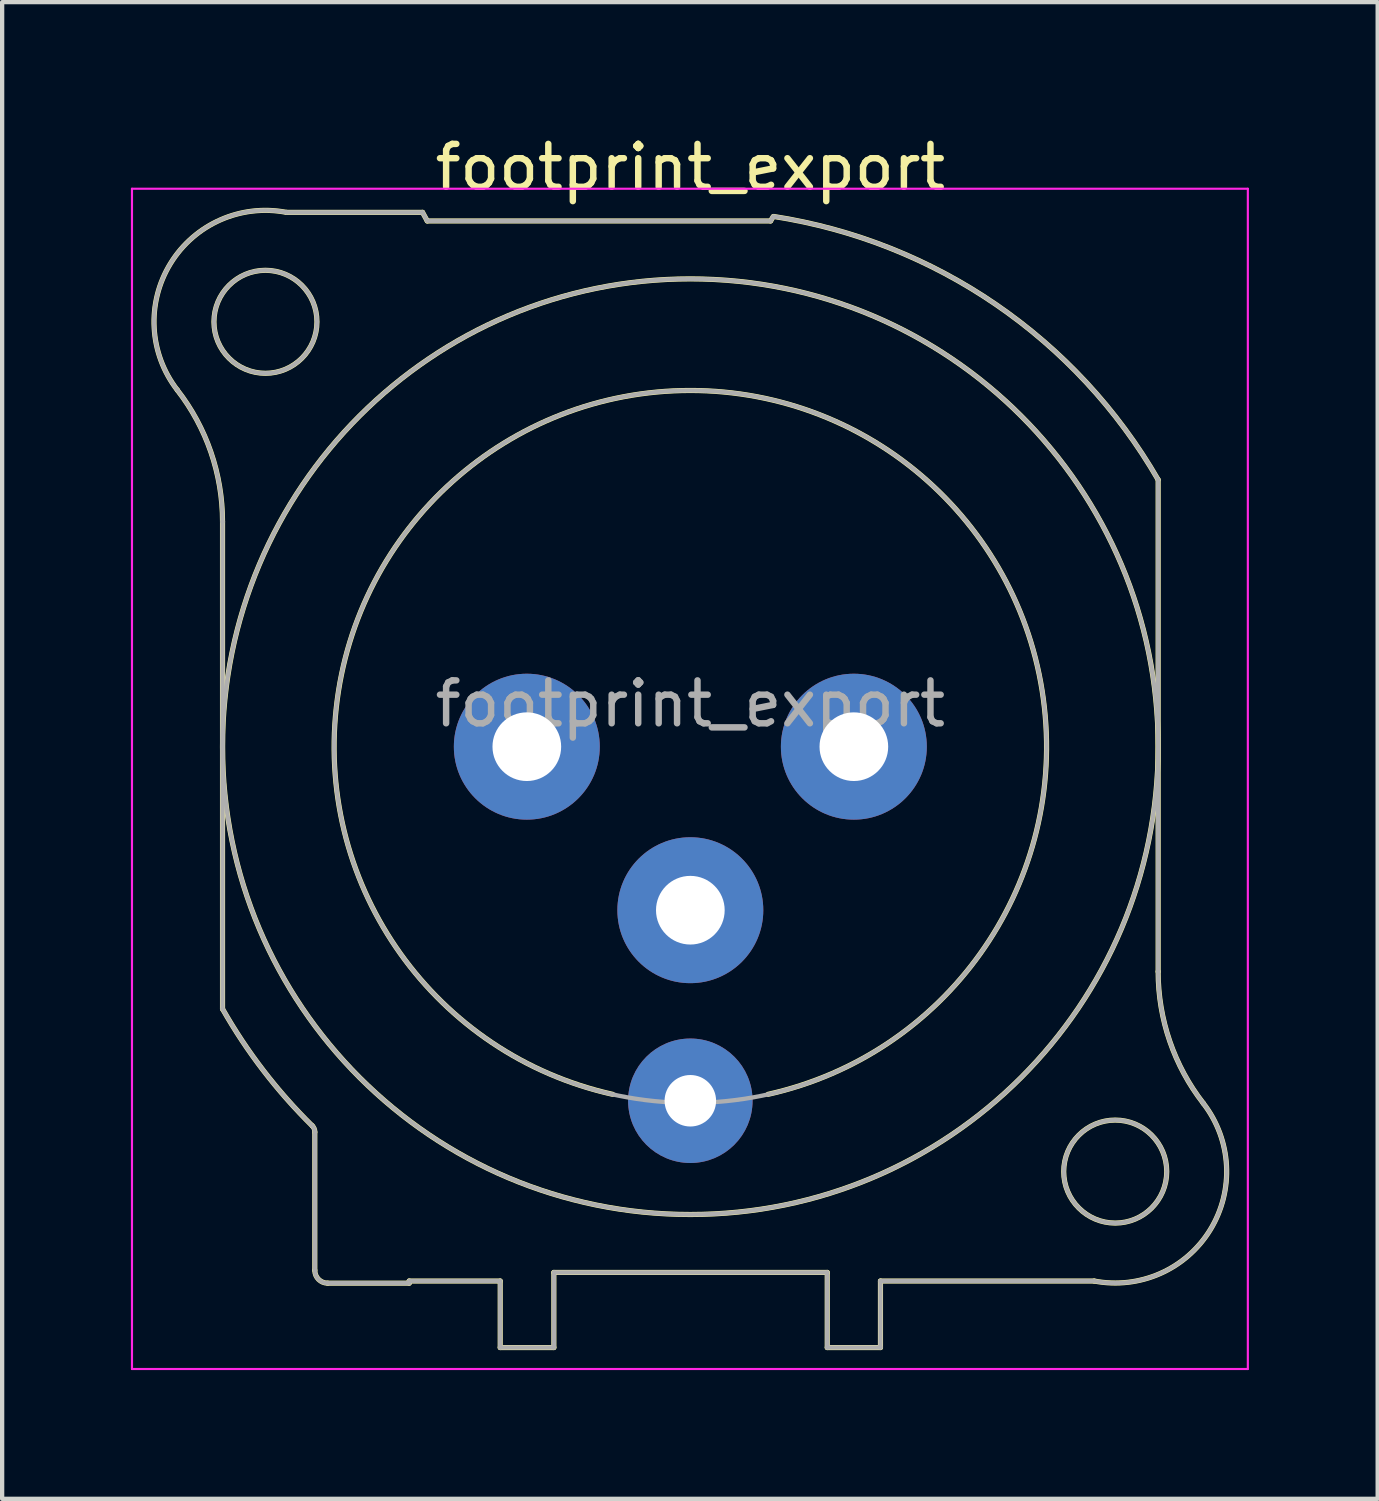
<source format=kicad_pcb>
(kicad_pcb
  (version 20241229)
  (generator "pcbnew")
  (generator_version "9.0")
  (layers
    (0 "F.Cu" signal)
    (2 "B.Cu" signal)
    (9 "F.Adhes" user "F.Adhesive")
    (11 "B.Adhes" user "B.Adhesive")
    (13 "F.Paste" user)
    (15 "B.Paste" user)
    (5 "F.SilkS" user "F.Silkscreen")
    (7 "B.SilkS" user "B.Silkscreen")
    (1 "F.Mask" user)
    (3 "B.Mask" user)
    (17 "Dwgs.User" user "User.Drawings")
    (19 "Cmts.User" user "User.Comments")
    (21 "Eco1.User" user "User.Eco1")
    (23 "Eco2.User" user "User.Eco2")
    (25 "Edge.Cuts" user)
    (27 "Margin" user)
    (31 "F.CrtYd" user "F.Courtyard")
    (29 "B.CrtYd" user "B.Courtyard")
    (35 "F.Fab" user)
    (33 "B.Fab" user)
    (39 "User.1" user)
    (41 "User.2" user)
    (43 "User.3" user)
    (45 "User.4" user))
  (footprint "footprint_export"
    (layer "F.Cu")
    (at 9.225 14.348)
    (property "Reference" "footprint_export" (at 3.81 -13.5 0) (layer "F.SilkS") (effects (font (size 1 1) (thickness 0.15))))
    (attr through_hole)
    (fp_line (start -7.09 -5.24) (end -7.09 6.11) (stroke (width 0.12) (type solid)) (layer "F.SilkS"))
    (fp_line (start -4.94 12.2) (end -4.94 8.98) (stroke (width 0.12) (type solid)) (layer "F.SilkS"))
    (fp_line (start -4.64 12.5) (end -2.74 12.5) (stroke (width 0.12) (type solid)) (layer "F.SilkS"))
    (fp_line (start -2.74 12.45) (end -0.62 12.45) (stroke (width 0.12) (type solid)) (layer "F.SilkS"))
    (fp_line (start -2.74 12.5) (end -2.74 12.45) (stroke (width 0.12) (type solid)) (layer "F.SilkS"))
    (fp_line (start -2.43 -12.45) (end -5.6 -12.45) (stroke (width 0.12) (type solid)) (layer "F.SilkS"))
    (fp_line (start -2.32 -12.25) (end -2.43 -12.45) (stroke (width 0.12) (type solid)) (layer "F.SilkS"))
    (fp_line (start -0.62 12.45) (end -0.62 14) (stroke (width 0.12) (type solid)) (layer "F.SilkS"))
    (fp_line (start 0.63 12.25) (end 0.63 14) (stroke (width 0.12) (type solid)) (layer "F.SilkS"))
    (fp_line (start 0.63 12.25) (end 7 12.25) (stroke (width 0.12) (type solid)) (layer "F.SilkS"))
    (fp_line (start 0.63 14) (end -0.62 14) (stroke (width 0.12) (type solid)) (layer "F.SilkS"))
    (fp_line (start 5.68 -12.25) (end -2.32 -12.25) (stroke (width 0.12) (type solid)) (layer "F.SilkS"))
    (fp_line (start 5.74 -12.35) (end 5.68 -12.25) (stroke (width 0.12) (type solid)) (layer "F.SilkS"))
    (fp_line (start 7 12.25) (end 7 14) (stroke (width 0.12) (type solid)) (layer "F.SilkS"))
    (fp_line (start 8.24 12.45) (end 8.24 14) (stroke (width 0.12) (type solid)) (layer "F.SilkS"))
    (fp_line (start 8.24 12.45) (end 13.22 12.45) (stroke (width 0.12) (type solid)) (layer "F.SilkS"))
    (fp_line (start 8.24 14) (end 7 14) (stroke (width 0.12) (type solid)) (layer "F.SilkS"))
    (fp_line (start 14.71 5.24) (end 14.71 -6.22) (stroke (width 0.12) (type solid)) (layer "F.SilkS"))
    (fp_arc (start -8.14458 -8.311426) (mid -7.360989 -6.863715) (end -7.09 -5.24) (stroke (width 0.12) (type solid)) (layer "F.SilkS"))
    (fp_arc (start -8.141124 -8.307677) (mid -8.303366 -11.257798) (end -5.6 -12.45) (stroke (width 0.12) (type solid)) (layer "F.SilkS"))
    (fp_arc (start -4.999944 8.832139) (mid -4.954594 8.899835) (end -4.94 8.98) (stroke (width 0.12) (type solid)) (layer "F.SilkS"))
    (fp_arc (start -4.999718 8.833849) (mid -6.1389 7.544091) (end -7.09 6.11) (stroke (width 0.12) (type solid)) (layer "F.SilkS"))
    (fp_arc (start -4.64 12.5) (mid -4.852132 12.412132) (end -4.94 12.2) (stroke (width 0.12) (type solid)) (layer "F.SilkS"))
    (fp_arc (start 2 8.1) (mid 3.809449 -8.299765) (end 5.621075 8.09976) (stroke (width 0.12) (type solid)) (layer "F.SilkS"))
    (fp_arc (start 5.753207 -12.354269) (mid 10.928439 -10.304601) (end 14.71 -6.22) (stroke (width 0.12) (type solid)) (layer "F.SilkS"))
    (fp_arc (start 15.761124 8.307677) (mid 15.923366 11.257798) (end 13.22 12.45) (stroke (width 0.12) (type solid)) (layer "F.SilkS"))
    (fp_arc (start 15.76458 8.311426) (mid 14.980989 6.863715) (end 14.71 5.24) (stroke (width 0.12) (type solid)) (layer "F.SilkS"))
    (fp_circle (center -6.09 -9.9) (end -4.89 -9.9) (stroke (width 0.12) (type solid)) (fill no) (layer "F.SilkS"))
    (fp_circle (center 3.81 0) (end 14.71 0) (stroke (width 0.12) (type solid)) (fill no) (layer "F.SilkS"))
    (fp_circle (center 13.71 9.9) (end 14.91 9.9) (stroke (width 0.12) (type solid)) (fill no) (layer "F.SilkS"))
    (fp_line (start -9.2 -13) (end 16.8 -13) (stroke (width 0.05) (type solid)) (layer "F.CrtYd"))
    (fp_line (start -9.2 14.5) (end -9.2 -13) (stroke (width 0.05) (type solid)) (layer "F.CrtYd"))
    (fp_line (start 16.8 -13) (end 16.8 14.5) (stroke (width 0.05) (type solid)) (layer "F.CrtYd"))
    (fp_line (start 16.8 14.5) (end -9.2 14.5) (stroke (width 0.05) (type solid)) (layer "F.CrtYd"))
    (fp_line (start -7.09 -5.24) (end -7.09 6.11) (stroke (width 0.1) (type solid)) (layer "F.Fab"))
    (fp_line (start -4.94 12.2) (end -4.94 8.98) (stroke (width 0.1) (type solid)) (layer "F.Fab"))
    (fp_line (start -4.64 12.5) (end -2.74 12.5) (stroke (width 0.1) (type solid)) (layer "F.Fab"))
    (fp_line (start -2.74 12.45) (end -0.62 12.45) (stroke (width 0.1) (type solid)) (layer "F.Fab"))
    (fp_line (start -2.74 12.5) (end -2.74 12.45) (stroke (width 0.1) (type solid)) (layer "F.Fab"))
    (fp_line (start -2.43 -12.45) (end -5.6 -12.45) (stroke (width 0.1) (type solid)) (layer "F.Fab"))
    (fp_line (start -2.32 -12.25) (end -2.43 -12.45) (stroke (width 0.1) (type solid)) (layer "F.Fab"))
    (fp_line (start -0.62 12.45) (end -0.62 14) (stroke (width 0.1) (type solid)) (layer "F.Fab"))
    (fp_line (start 0.63 12.25) (end 0.63 14) (stroke (width 0.1) (type solid)) (layer "F.Fab"))
    (fp_line (start 0.63 12.25) (end 7 12.25) (stroke (width 0.1) (type solid)) (layer "F.Fab"))
    (fp_line (start 0.63 14) (end -0.62 14) (stroke (width 0.1) (type solid)) (layer "F.Fab"))
    (fp_line (start 5.68 -12.25) (end -2.32 -12.25) (stroke (width 0.1) (type solid)) (layer "F.Fab"))
    (fp_line (start 5.74 -12.35) (end 5.68 -12.25) (stroke (width 0.1) (type solid)) (layer "F.Fab"))
    (fp_line (start 7 12.25) (end 7 14) (stroke (width 0.1) (type solid)) (layer "F.Fab"))
    (fp_line (start 8.24 12.45) (end 8.24 14) (stroke (width 0.1) (type solid)) (layer "F.Fab"))
    (fp_line (start 8.24 12.45) (end 13.22 12.45) (stroke (width 0.1) (type solid)) (layer "F.Fab"))
    (fp_line (start 8.24 14) (end 7 14) (stroke (width 0.1) (type solid)) (layer "F.Fab"))
    (fp_line (start 14.71 5.24) (end 14.71 -6.22) (stroke (width 0.1) (type solid)) (layer "F.Fab"))
    (fp_arc (start -8.14458 -8.311426) (mid -7.360989 -6.863715) (end -7.09 -5.24) (stroke (width 0.1) (type solid)) (layer "F.Fab"))
    (fp_arc (start -8.141124 -8.307677) (mid -8.303366 -11.257798) (end -5.6 -12.45) (stroke (width 0.1) (type solid)) (layer "F.Fab"))
    (fp_arc (start -4.999944 8.832139) (mid -4.954594 8.899835) (end -4.94 8.98) (stroke (width 0.1) (type solid)) (layer "F.Fab"))
    (fp_arc (start -4.999718 8.833849) (mid -6.1389 7.544091) (end -7.09 6.11) (stroke (width 0.1) (type solid)) (layer "F.Fab"))
    (fp_arc (start -4.64 12.5) (mid -4.852132 12.412132) (end -4.94 12.2) (stroke (width 0.1) (type solid)) (layer "F.Fab"))
    (fp_arc (start 5.753207 -12.354269) (mid 10.928439 -10.304601) (end 14.71 -6.22) (stroke (width 0.1) (type solid)) (layer "F.Fab"))
    (fp_arc (start 15.761124 8.307677) (mid 15.923366 11.257798) (end 13.22 12.45) (stroke (width 0.1) (type solid)) (layer "F.Fab"))
    (fp_arc (start 15.76458 8.311426) (mid 14.980989 6.863715) (end 14.71 5.24) (stroke (width 0.1) (type solid)) (layer "F.Fab"))
    (fp_circle (center -6.09 -9.9) (end -4.89 -9.9) (stroke (width 0.1) (type solid)) (fill no) (layer "F.Fab"))
    (fp_circle (center 3.81 0) (end 12.11 0) (stroke (width 0.1) (type solid)) (fill no) (layer "F.Fab"))
    (fp_circle (center 3.81 0) (end 14.71 0) (stroke (width 0.1) (type solid)) (fill no) (layer "F.Fab"))
    (fp_circle (center 13.71 9.9) (end 14.91 9.9) (stroke (width 0.1) (type solid)) (fill no) (layer "F.Fab"))
    (fp_text user "${REFERENCE}" (at 3.81 -1 0) (layer "F.Fab") (effects (font (size 1 1) (thickness 0.15))))
    (pad "1" thru_hole circle (at 0 0) (size 3.4 3.4) (drill 1.6) (layers "*.Cu" "*.Mask"))
    (pad "2" thru_hole circle (at 7.62 0) (size 3.4 3.4) (drill 1.6) (layers "*.Cu" "*.Mask"))
    (pad "3" thru_hole circle (at 3.81 3.81) (size 3.4 3.4) (drill 1.6) (layers "*.Cu" "*.Mask"))
    (pad "G" thru_hole circle (at 3.81 8.25) (size 2.9 2.9) (drill 1.2) (layers "*.Cu" "*.Mask")))
  (gr_rect
    (start -3 -3)
    (end 29.05 31.873)
    (stroke (width 0.1) (type default))
    (fill no)
    (layer "Edge.Cuts")))
</source>
